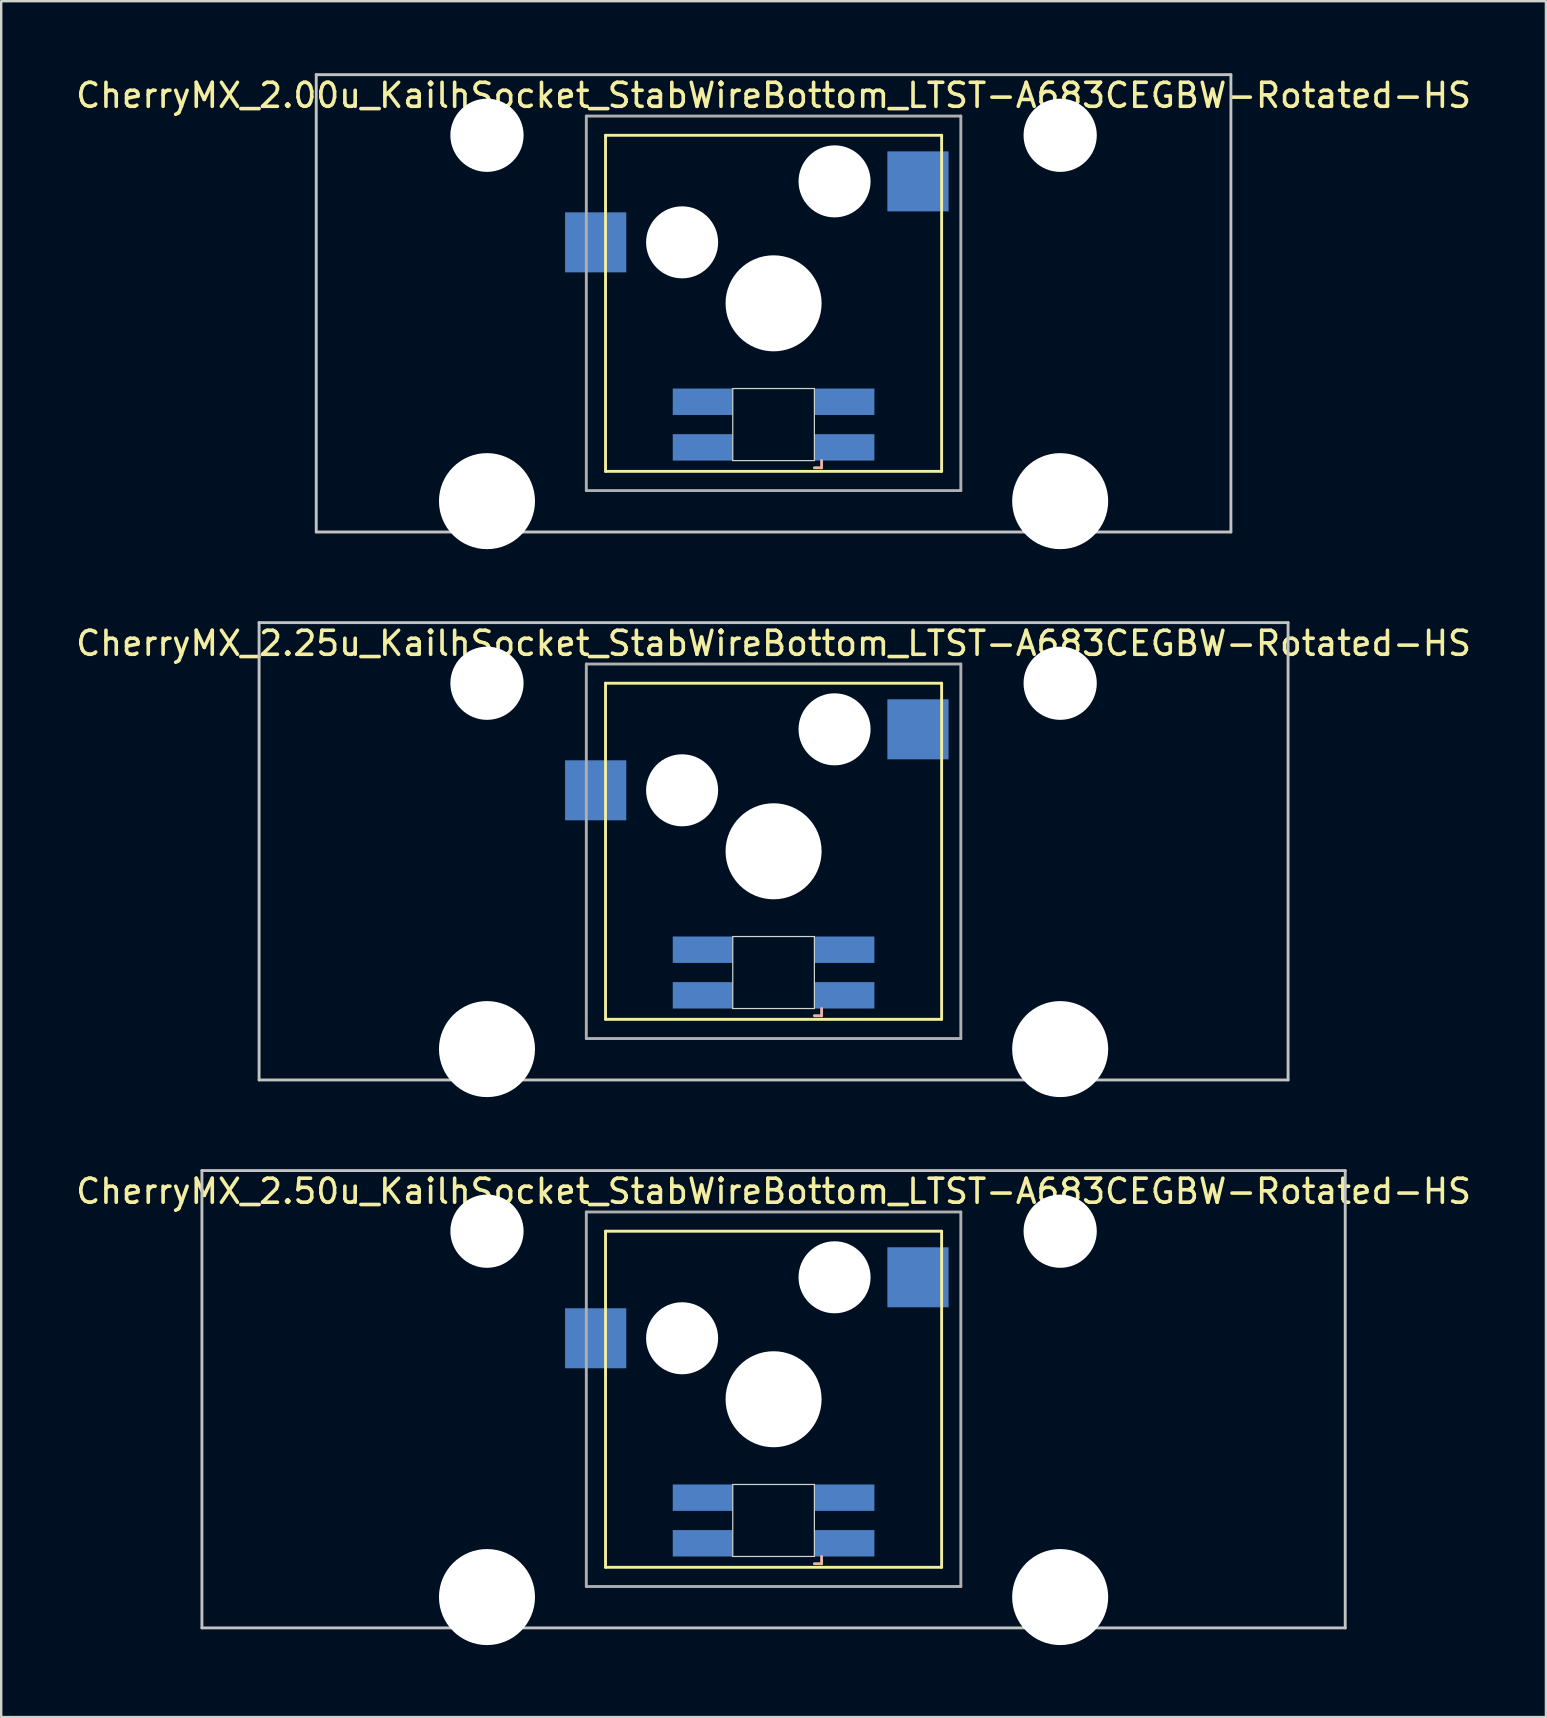
<source format=kicad_pcb>
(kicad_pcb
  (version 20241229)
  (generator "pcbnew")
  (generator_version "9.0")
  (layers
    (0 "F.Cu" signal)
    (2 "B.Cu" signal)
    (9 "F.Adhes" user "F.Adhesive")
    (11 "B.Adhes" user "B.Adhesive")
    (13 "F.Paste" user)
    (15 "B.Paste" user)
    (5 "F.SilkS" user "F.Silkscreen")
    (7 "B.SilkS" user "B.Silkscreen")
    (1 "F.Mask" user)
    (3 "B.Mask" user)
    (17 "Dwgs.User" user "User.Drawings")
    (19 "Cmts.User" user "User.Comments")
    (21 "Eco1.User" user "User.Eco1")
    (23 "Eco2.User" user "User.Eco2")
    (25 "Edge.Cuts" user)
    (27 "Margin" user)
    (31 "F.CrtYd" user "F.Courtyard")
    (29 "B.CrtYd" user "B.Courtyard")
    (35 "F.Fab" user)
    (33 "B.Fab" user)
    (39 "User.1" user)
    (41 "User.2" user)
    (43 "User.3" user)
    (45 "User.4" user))
  (footprint "CherryMX_2.00u_KailhSocket_StabWireBottom_LTST-A683CEGBW-Rotated-HS"
    (layer "F.Cu")
    (at 29.173 9.585)
    (property "Reference" "CherryMX_2.00u_KailhSocket_StabWireBottom_LTST-A683CEGBW-Rotated-HS" (at 0 -8.662 0) (layer "F.SilkS") (effects (font (size 1 1) (thickness 0.15))))
    (attr through_hole)
    (fp_line (start -7 -7) (end -7 7) (stroke (width 0.12) (type solid)) (layer "F.SilkS"))
    (fp_line (start -7 -7) (end 7 -7) (stroke (width 0.12) (type solid)) (layer "F.SilkS"))
    (fp_line (start 7 -7) (end 7 7) (stroke (width 0.12) (type solid)) (layer "F.SilkS"))
    (fp_line (start 7 7) (end -7 7) (stroke (width 0.12) (type solid)) (layer "F.SilkS"))
    (fp_line (start 1.7 6.85) (end 2 6.85) (stroke (width 0.12) (type solid)) (layer "B.SilkS"))
    (fp_line (start 2 6.85) (end 2 6.55) (stroke (width 0.12) (type solid)) (layer "B.SilkS"))
    (fp_line (start -19.05 -9.525) (end 19.05 -9.525) (stroke (width 0.12) (type solid)) (layer "Dwgs.User"))
    (fp_line (start -19.05 9.525) (end -19.05 -9.525) (stroke (width 0.12) (type solid)) (layer "Dwgs.User"))
    (fp_line (start 19.05 -9.525) (end 19.05 9.525) (stroke (width 0.12) (type solid)) (layer "Dwgs.User"))
    (fp_line (start 19.05 9.525) (end -19.05 9.525) (stroke (width 0.12) (type solid)) (layer "Dwgs.User"))
    (fp_line (start -1.7 3.55) (end 1.7 3.55) (stroke (width 0.05) (type solid)) (layer "Edge.Cuts"))
    (fp_line (start -1.7 6.55) (end -1.7 3.55) (stroke (width 0.05) (type solid)) (layer "Edge.Cuts"))
    (fp_line (start 1.7 3.55) (end 1.7 6.55) (stroke (width 0.05) (type solid)) (layer "Edge.Cuts"))
    (fp_line (start 1.7 6.55) (end -1.7 6.55) (stroke (width 0.05) (type solid)) (layer "Edge.Cuts"))
    (fp_line (start -7.8 -7.8) (end -7.8 7.8) (stroke (width 0.12) (type solid)) (layer "F.Fab"))
    (fp_line (start -7.8 -7.8) (end 7.8 -7.8) (stroke (width 0.12) (type solid)) (layer "F.Fab"))
    (fp_line (start -7.8 7.8) (end 7.8 7.8) (stroke (width 0.12) (type solid)) (layer "F.Fab"))
    (fp_line (start 7.8 -7.8) (end 7.8 7.8) (stroke (width 0.12) (type solid)) (layer "F.Fab"))
    (pad "" np_thru_hole circle (at -11.938 -7) (size 3.05 3.05) (drill 3.05) (layers "*.Cu" "*.Mask"))
    (pad "" np_thru_hole circle (at -11.938 8.24) (size 4 4) (drill 4) (layers "*.Cu" "*.Mask"))
    (pad "" np_thru_hole circle (at -3.81 -2.54) (size 3 3) (drill 3) (layers "*.Cu" "*.Mask"))
    (pad "" np_thru_hole circle (at 0 0) (size 4 4) (drill 4) (layers "*.Cu" "*.Mask"))
    (pad "" np_thru_hole circle (at 2.54 -5.08) (size 3 3) (drill 3) (layers "*.Cu" "*.Mask"))
    (pad "" np_thru_hole circle (at 11.938 -7) (size 3.05 3.05) (drill 3.05) (layers "*.Cu" "*.Mask"))
    (pad "" np_thru_hole circle (at 11.938 8.24) (size 4 4) (drill 4) (layers "*.Cu" "*.Mask"))
    (pad "1" smd rect (at -7.41 -2.54) (size 2.55 2.5) (layers "B.Cu" "B.Mask" "B.Paste"))
    (pad "2" smd rect (at 6.015 -5.08) (size 2.55 2.5) (layers "B.Cu" "B.Mask" "B.Paste"))
    (pad "3" smd rect (at 2.95 6) (size 2.5 1.1) (layers "B.Cu" "B.Mask" "B.Paste"))
    (pad "4" smd rect (at 2.95 4.1) (size 2.5 1.1) (layers "B.Cu" "B.Mask" "B.Paste"))
    (pad "5" smd rect (at -2.95 6) (size 2.5 1.1) (layers "B.Cu" "B.Mask" "B.Paste"))
    (pad "6" smd rect (at -2.95 4.1) (size 2.5 1.1) (layers "B.Cu" "B.Mask" "B.Paste")))
  (footprint "CherryMX_2.25u_KailhSocket_StabWireBottom_LTST-A683CEGBW-Rotated-HS"
    (layer "F.Cu")
    (at 29.173 32.41)
    (property "Reference" "CherryMX_2.25u_KailhSocket_StabWireBottom_LTST-A683CEGBW-Rotated-HS" (at 0 -8.662 0) (layer "F.SilkS") (effects (font (size 1 1) (thickness 0.15))))
    (attr through_hole)
    (fp_line (start -7 -7) (end -7 7) (stroke (width 0.12) (type solid)) (layer "F.SilkS"))
    (fp_line (start -7 -7) (end 7 -7) (stroke (width 0.12) (type solid)) (layer "F.SilkS"))
    (fp_line (start 7 -7) (end 7 7) (stroke (width 0.12) (type solid)) (layer "F.SilkS"))
    (fp_line (start 7 7) (end -7 7) (stroke (width 0.12) (type solid)) (layer "F.SilkS"))
    (fp_line (start 1.7 6.85) (end 2 6.85) (stroke (width 0.12) (type solid)) (layer "B.SilkS"))
    (fp_line (start 2 6.85) (end 2 6.55) (stroke (width 0.12) (type solid)) (layer "B.SilkS"))
    (fp_line (start -21.431 -9.525) (end 21.431 -9.525) (stroke (width 0.12) (type solid)) (layer "Dwgs.User"))
    (fp_line (start -21.431 9.525) (end -21.431 -9.525) (stroke (width 0.12) (type solid)) (layer "Dwgs.User"))
    (fp_line (start 21.431 -9.525) (end 21.431 9.525) (stroke (width 0.12) (type solid)) (layer "Dwgs.User"))
    (fp_line (start 21.431 9.525) (end -21.431 9.525) (stroke (width 0.12) (type solid)) (layer "Dwgs.User"))
    (fp_line (start -1.7 3.55) (end 1.7 3.55) (stroke (width 0.05) (type solid)) (layer "Edge.Cuts"))
    (fp_line (start -1.7 6.55) (end -1.7 3.55) (stroke (width 0.05) (type solid)) (layer "Edge.Cuts"))
    (fp_line (start 1.7 3.55) (end 1.7 6.55) (stroke (width 0.05) (type solid)) (layer "Edge.Cuts"))
    (fp_line (start 1.7 6.55) (end -1.7 6.55) (stroke (width 0.05) (type solid)) (layer "Edge.Cuts"))
    (fp_line (start -7.8 -7.8) (end -7.8 7.8) (stroke (width 0.12) (type solid)) (layer "F.Fab"))
    (fp_line (start -7.8 -7.8) (end 7.8 -7.8) (stroke (width 0.12) (type solid)) (layer "F.Fab"))
    (fp_line (start -7.8 7.8) (end 7.8 7.8) (stroke (width 0.12) (type solid)) (layer "F.Fab"))
    (fp_line (start 7.8 -7.8) (end 7.8 7.8) (stroke (width 0.12) (type solid)) (layer "F.Fab"))
    (pad "" np_thru_hole circle (at -11.938 -7) (size 3.05 3.05) (drill 3.05) (layers "*.Cu" "*.Mask"))
    (pad "" np_thru_hole circle (at -11.938 8.24) (size 4 4) (drill 4) (layers "*.Cu" "*.Mask"))
    (pad "" np_thru_hole circle (at -3.81 -2.54) (size 3 3) (drill 3) (layers "*.Cu" "*.Mask"))
    (pad "" np_thru_hole circle (at 0 0) (size 4 4) (drill 4) (layers "*.Cu" "*.Mask"))
    (pad "" np_thru_hole circle (at 2.54 -5.08) (size 3 3) (drill 3) (layers "*.Cu" "*.Mask"))
    (pad "" np_thru_hole circle (at 11.938 -7) (size 3.05 3.05) (drill 3.05) (layers "*.Cu" "*.Mask"))
    (pad "" np_thru_hole circle (at 11.938 8.24) (size 4 4) (drill 4) (layers "*.Cu" "*.Mask"))
    (pad "1" smd rect (at -7.41 -2.54) (size 2.55 2.5) (layers "B.Cu" "B.Mask" "B.Paste"))
    (pad "2" smd rect (at 6.015 -5.08) (size 2.55 2.5) (layers "B.Cu" "B.Mask" "B.Paste"))
    (pad "3" smd rect (at 2.95 6) (size 2.5 1.1) (layers "B.Cu" "B.Mask" "B.Paste"))
    (pad "4" smd rect (at 2.95 4.1) (size 2.5 1.1) (layers "B.Cu" "B.Mask" "B.Paste"))
    (pad "5" smd rect (at -2.95 6) (size 2.5 1.1) (layers "B.Cu" "B.Mask" "B.Paste"))
    (pad "6" smd rect (at -2.95 4.1) (size 2.5 1.1) (layers "B.Cu" "B.Mask" "B.Paste")))
  (footprint "CherryMX_2.50u_KailhSocket_StabWireBottom_LTST-A683CEGBW-Rotated-HS"
    (layer "F.Cu")
    (at 29.173 55.235)
    (property "Reference" "CherryMX_2.50u_KailhSocket_StabWireBottom_LTST-A683CEGBW-Rotated-HS" (at 0 -8.662 0) (layer "F.SilkS") (effects (font (size 1 1) (thickness 0.15))))
    (attr through_hole)
    (fp_line (start -7 -7) (end -7 7) (stroke (width 0.12) (type solid)) (layer "F.SilkS"))
    (fp_line (start -7 -7) (end 7 -7) (stroke (width 0.12) (type solid)) (layer "F.SilkS"))
    (fp_line (start 7 -7) (end 7 7) (stroke (width 0.12) (type solid)) (layer "F.SilkS"))
    (fp_line (start 7 7) (end -7 7) (stroke (width 0.12) (type solid)) (layer "F.SilkS"))
    (fp_line (start 1.7 6.85) (end 2 6.85) (stroke (width 0.12) (type solid)) (layer "B.SilkS"))
    (fp_line (start 2 6.85) (end 2 6.55) (stroke (width 0.12) (type solid)) (layer "B.SilkS"))
    (fp_line (start -23.812 -9.525) (end 23.812 -9.525) (stroke (width 0.12) (type solid)) (layer "Dwgs.User"))
    (fp_line (start -23.812 9.525) (end -23.812 -9.525) (stroke (width 0.12) (type solid)) (layer "Dwgs.User"))
    (fp_line (start 23.812 -9.525) (end 23.812 9.525) (stroke (width 0.12) (type solid)) (layer "Dwgs.User"))
    (fp_line (start 23.812 9.525) (end -23.812 9.525) (stroke (width 0.12) (type solid)) (layer "Dwgs.User"))
    (fp_line (start -1.7 3.55) (end 1.7 3.55) (stroke (width 0.05) (type solid)) (layer "Edge.Cuts"))
    (fp_line (start -1.7 6.55) (end -1.7 3.55) (stroke (width 0.05) (type solid)) (layer "Edge.Cuts"))
    (fp_line (start 1.7 3.55) (end 1.7 6.55) (stroke (width 0.05) (type solid)) (layer "Edge.Cuts"))
    (fp_line (start 1.7 6.55) (end -1.7 6.55) (stroke (width 0.05) (type solid)) (layer "Edge.Cuts"))
    (fp_line (start -7.8 -7.8) (end -7.8 7.8) (stroke (width 0.12) (type solid)) (layer "F.Fab"))
    (fp_line (start -7.8 -7.8) (end 7.8 -7.8) (stroke (width 0.12) (type solid)) (layer "F.Fab"))
    (fp_line (start -7.8 7.8) (end 7.8 7.8) (stroke (width 0.12) (type solid)) (layer "F.Fab"))
    (fp_line (start 7.8 -7.8) (end 7.8 7.8) (stroke (width 0.12) (type solid)) (layer "F.Fab"))
    (pad "" np_thru_hole circle (at -11.938 -7) (size 3.05 3.05) (drill 3.05) (layers "*.Cu" "*.Mask"))
    (pad "" np_thru_hole circle (at -11.938 8.24) (size 4 4) (drill 4) (layers "*.Cu" "*.Mask"))
    (pad "" np_thru_hole circle (at -3.81 -2.54) (size 3 3) (drill 3) (layers "*.Cu" "*.Mask"))
    (pad "" np_thru_hole circle (at 0 0) (size 4 4) (drill 4) (layers "*.Cu" "*.Mask"))
    (pad "" np_thru_hole circle (at 2.54 -5.08) (size 3 3) (drill 3) (layers "*.Cu" "*.Mask"))
    (pad "" np_thru_hole circle (at 11.938 -7) (size 3.05 3.05) (drill 3.05) (layers "*.Cu" "*.Mask"))
    (pad "" np_thru_hole circle (at 11.938 8.24) (size 4 4) (drill 4) (layers "*.Cu" "*.Mask"))
    (pad "1" smd rect (at -7.41 -2.54) (size 2.55 2.5) (layers "B.Cu" "B.Mask" "B.Paste"))
    (pad "2" smd rect (at 6.015 -5.08) (size 2.55 2.5) (layers "B.Cu" "B.Mask" "B.Paste"))
    (pad "3" smd rect (at 2.95 6) (size 2.5 1.1) (layers "B.Cu" "B.Mask" "B.Paste"))
    (pad "4" smd rect (at 2.95 4.1) (size 2.5 1.1) (layers "B.Cu" "B.Mask" "B.Paste"))
    (pad "5" smd rect (at -2.95 6) (size 2.5 1.1) (layers "B.Cu" "B.Mask" "B.Paste"))
    (pad "6" smd rect (at -2.95 4.1) (size 2.5 1.1) (layers "B.Cu" "B.Mask" "B.Paste")))
  (gr_rect
    (start -3 -3)
    (end 61.345 68.475)
    (stroke (width 0.1) (type default))
    (fill no)
    (layer "Edge.Cuts")))
</source>
